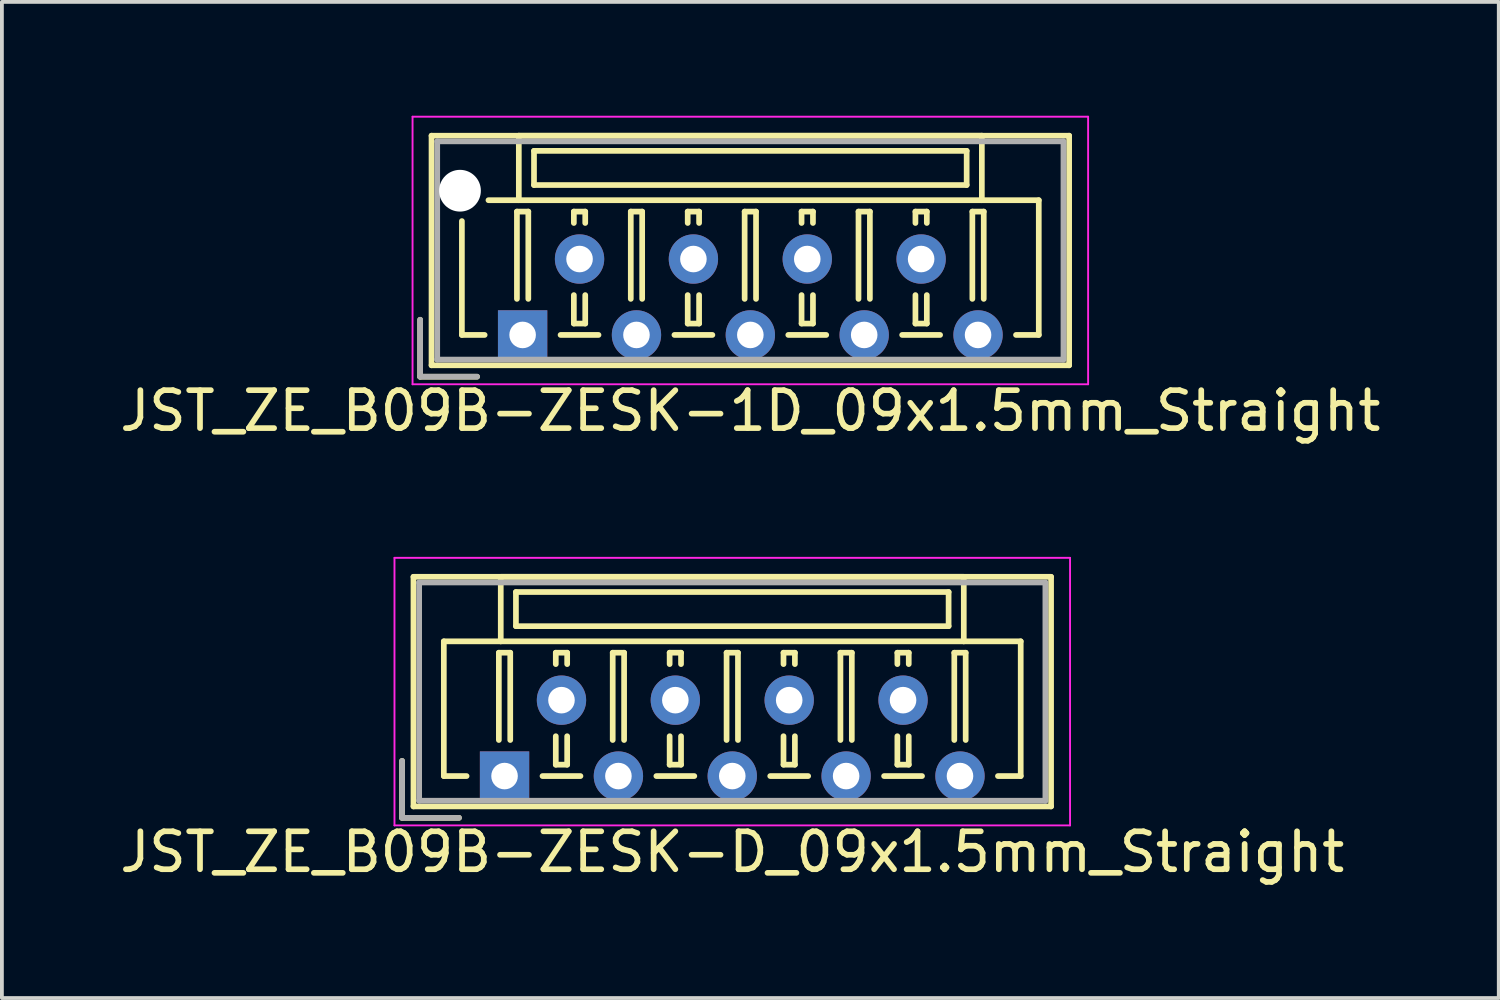
<source format=kicad_pcb>
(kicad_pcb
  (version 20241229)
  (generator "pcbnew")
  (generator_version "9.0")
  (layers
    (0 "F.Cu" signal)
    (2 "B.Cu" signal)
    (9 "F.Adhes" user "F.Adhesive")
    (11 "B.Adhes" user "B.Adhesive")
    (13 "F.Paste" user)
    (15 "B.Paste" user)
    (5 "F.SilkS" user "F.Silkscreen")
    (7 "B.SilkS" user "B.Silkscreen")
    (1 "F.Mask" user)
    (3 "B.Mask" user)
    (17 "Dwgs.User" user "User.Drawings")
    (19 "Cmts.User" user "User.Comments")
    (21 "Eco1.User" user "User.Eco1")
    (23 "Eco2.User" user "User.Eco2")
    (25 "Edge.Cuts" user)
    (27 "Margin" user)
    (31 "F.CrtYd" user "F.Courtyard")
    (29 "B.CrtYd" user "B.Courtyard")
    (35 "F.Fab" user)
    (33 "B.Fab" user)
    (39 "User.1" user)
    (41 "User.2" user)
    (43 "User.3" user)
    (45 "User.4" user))
  (footprint "JST_ZE_B09B-ZESK-D_09x1.5mm_Straight"
    (layer "F.Cu")
    (at 10.244 17.398)
    (property "Reference" "JST_ZE_B09B-ZESK-D_09x1.5mm_Straight" (at 6 2 0) (layer "F.SilkS") (effects (font (size 1 1) (thickness 0.15))))
    (attr through_hole)
    (fp_line (start -2.7 -0.4) (end -2.7 1.1) (stroke (width 0.15) (type solid)) (layer "F.SilkS"))
    (fp_line (start -2.7 1.1) (end -1.2 1.1) (stroke (width 0.15) (type solid)) (layer "F.SilkS"))
    (fp_line (start -2.4 -5.25) (end -2.4 0.8) (stroke (width 0.15) (type solid)) (layer "F.SilkS"))
    (fp_line (start -2.4 0.8) (end 14.4 0.8) (stroke (width 0.15) (type solid)) (layer "F.SilkS"))
    (fp_line (start -1.6 -3.55) (end -1.6 0) (stroke (width 0.15) (type solid)) (layer "F.SilkS"))
    (fp_line (start -1.6 0) (end -1 0) (stroke (width 0.15) (type solid)) (layer "F.SilkS"))
    (fp_line (start -0.15 -3.25) (end 0.15 -3.25) (stroke (width 0.15) (type solid)) (layer "F.SilkS"))
    (fp_line (start -0.15 -0.95) (end -0.15 -3.25) (stroke (width 0.15) (type solid)) (layer "F.SilkS"))
    (fp_line (start -0.1 -5.25) (end -0.1 -3.55) (stroke (width 0.15) (type solid)) (layer "F.SilkS"))
    (fp_line (start -0.1 -3.55) (end -1.6 -3.55) (stroke (width 0.15) (type solid)) (layer "F.SilkS"))
    (fp_line (start -0.1 -3.55) (end 12.1 -3.55) (stroke (width 0.15) (type solid)) (layer "F.SilkS"))
    (fp_line (start 0.15 -3.25) (end 0.15 -0.95) (stroke (width 0.15) (type solid)) (layer "F.SilkS"))
    (fp_line (start 0.3 -4.85) (end 0.3 -3.95) (stroke (width 0.15) (type solid)) (layer "F.SilkS"))
    (fp_line (start 0.3 -3.95) (end 11.7 -3.95) (stroke (width 0.15) (type solid)) (layer "F.SilkS"))
    (fp_line (start 1 0) (end 2 0) (stroke (width 0.15) (type solid)) (layer "F.SilkS"))
    (fp_line (start 1.35 -3.25) (end 1.65 -3.25) (stroke (width 0.15) (type solid)) (layer "F.SilkS"))
    (fp_line (start 1.35 -2.95) (end 1.35 -3.25) (stroke (width 0.15) (type solid)) (layer "F.SilkS"))
    (fp_line (start 1.35 -1.05) (end 1.35 -0.3) (stroke (width 0.15) (type solid)) (layer "F.SilkS"))
    (fp_line (start 1.35 -0.3) (end 1.65 -0.3) (stroke (width 0.15) (type solid)) (layer "F.SilkS"))
    (fp_line (start 1.65 -3.25) (end 1.65 -2.95) (stroke (width 0.15) (type solid)) (layer "F.SilkS"))
    (fp_line (start 1.65 -0.3) (end 1.65 -1.05) (stroke (width 0.15) (type solid)) (layer "F.SilkS"))
    (fp_line (start 2.85 -3.25) (end 3.15 -3.25) (stroke (width 0.15) (type solid)) (layer "F.SilkS"))
    (fp_line (start 2.85 -0.95) (end 2.85 -3.25) (stroke (width 0.15) (type solid)) (layer "F.SilkS"))
    (fp_line (start 3.15 -3.25) (end 3.15 -0.95) (stroke (width 0.15) (type solid)) (layer "F.SilkS"))
    (fp_line (start 4 0) (end 5 0) (stroke (width 0.15) (type solid)) (layer "F.SilkS"))
    (fp_line (start 4.35 -3.25) (end 4.65 -3.25) (stroke (width 0.15) (type solid)) (layer "F.SilkS"))
    (fp_line (start 4.35 -2.95) (end 4.35 -3.25) (stroke (width 0.15) (type solid)) (layer "F.SilkS"))
    (fp_line (start 4.35 -1.05) (end 4.35 -0.3) (stroke (width 0.15) (type solid)) (layer "F.SilkS"))
    (fp_line (start 4.35 -0.3) (end 4.65 -0.3) (stroke (width 0.15) (type solid)) (layer "F.SilkS"))
    (fp_line (start 4.65 -3.25) (end 4.65 -2.95) (stroke (width 0.15) (type solid)) (layer "F.SilkS"))
    (fp_line (start 4.65 -0.3) (end 4.65 -1.05) (stroke (width 0.15) (type solid)) (layer "F.SilkS"))
    (fp_line (start 5.85 -3.25) (end 6.15 -3.25) (stroke (width 0.15) (type solid)) (layer "F.SilkS"))
    (fp_line (start 5.85 -0.95) (end 5.85 -3.25) (stroke (width 0.15) (type solid)) (layer "F.SilkS"))
    (fp_line (start 6.15 -3.25) (end 6.15 -0.95) (stroke (width 0.15) (type solid)) (layer "F.SilkS"))
    (fp_line (start 7 0) (end 8 0) (stroke (width 0.15) (type solid)) (layer "F.SilkS"))
    (fp_line (start 7.35 -3.25) (end 7.65 -3.25) (stroke (width 0.15) (type solid)) (layer "F.SilkS"))
    (fp_line (start 7.35 -2.95) (end 7.35 -3.25) (stroke (width 0.15) (type solid)) (layer "F.SilkS"))
    (fp_line (start 7.35 -1.05) (end 7.35 -0.3) (stroke (width 0.15) (type solid)) (layer "F.SilkS"))
    (fp_line (start 7.35 -0.3) (end 7.65 -0.3) (stroke (width 0.15) (type solid)) (layer "F.SilkS"))
    (fp_line (start 7.65 -3.25) (end 7.65 -2.95) (stroke (width 0.15) (type solid)) (layer "F.SilkS"))
    (fp_line (start 7.65 -0.3) (end 7.65 -1.05) (stroke (width 0.15) (type solid)) (layer "F.SilkS"))
    (fp_line (start 8.85 -3.25) (end 9.15 -3.25) (stroke (width 0.15) (type solid)) (layer "F.SilkS"))
    (fp_line (start 8.85 -0.95) (end 8.85 -3.25) (stroke (width 0.15) (type solid)) (layer "F.SilkS"))
    (fp_line (start 9.15 -3.25) (end 9.15 -0.95) (stroke (width 0.15) (type solid)) (layer "F.SilkS"))
    (fp_line (start 10 0) (end 11 0) (stroke (width 0.15) (type solid)) (layer "F.SilkS"))
    (fp_line (start 10.35 -3.25) (end 10.65 -3.25) (stroke (width 0.15) (type solid)) (layer "F.SilkS"))
    (fp_line (start 10.35 -2.95) (end 10.35 -3.25) (stroke (width 0.15) (type solid)) (layer "F.SilkS"))
    (fp_line (start 10.35 -1.05) (end 10.35 -0.3) (stroke (width 0.15) (type solid)) (layer "F.SilkS"))
    (fp_line (start 10.35 -0.3) (end 10.65 -0.3) (stroke (width 0.15) (type solid)) (layer "F.SilkS"))
    (fp_line (start 10.65 -3.25) (end 10.65 -2.95) (stroke (width 0.15) (type solid)) (layer "F.SilkS"))
    (fp_line (start 10.65 -0.3) (end 10.65 -1.05) (stroke (width 0.15) (type solid)) (layer "F.SilkS"))
    (fp_line (start 11.7 -4.85) (end 0.3 -4.85) (stroke (width 0.15) (type solid)) (layer "F.SilkS"))
    (fp_line (start 11.7 -3.95) (end 11.7 -4.85) (stroke (width 0.15) (type solid)) (layer "F.SilkS"))
    (fp_line (start 11.85 -3.25) (end 12.15 -3.25) (stroke (width 0.15) (type solid)) (layer "F.SilkS"))
    (fp_line (start 11.85 -0.95) (end 11.85 -3.25) (stroke (width 0.15) (type solid)) (layer "F.SilkS"))
    (fp_line (start 12.1 -5.25) (end -0.1 -5.25) (stroke (width 0.15) (type solid)) (layer "F.SilkS"))
    (fp_line (start 12.1 -3.55) (end 12.1 -5.25) (stroke (width 0.15) (type solid)) (layer "F.SilkS"))
    (fp_line (start 12.1 -3.55) (end 13.6 -3.55) (stroke (width 0.15) (type solid)) (layer "F.SilkS"))
    (fp_line (start 12.15 -3.25) (end 12.15 -0.95) (stroke (width 0.15) (type solid)) (layer "F.SilkS"))
    (fp_line (start 13.6 -3.55) (end 13.6 0) (stroke (width 0.15) (type solid)) (layer "F.SilkS"))
    (fp_line (start 13.6 0) (end 13 0) (stroke (width 0.15) (type solid)) (layer "F.SilkS"))
    (fp_line (start 14.4 -5.25) (end -2.4 -5.25) (stroke (width 0.15) (type solid)) (layer "F.SilkS"))
    (fp_line (start 14.4 0.8) (end 14.4 -5.25) (stroke (width 0.15) (type solid)) (layer "F.SilkS"))
    (fp_line (start -2.9 -5.75) (end -2.9 1.3) (stroke (width 0.05) (type solid)) (layer "F.CrtYd"))
    (fp_line (start -2.9 1.3) (end 14.9 1.3) (stroke (width 0.05) (type solid)) (layer "F.CrtYd"))
    (fp_line (start 14.9 -5.75) (end -2.9 -5.75) (stroke (width 0.05) (type solid)) (layer "F.CrtYd"))
    (fp_line (start 14.9 1.3) (end 14.9 -5.75) (stroke (width 0.05) (type solid)) (layer "F.CrtYd"))
    (fp_line (start -2.7 -0.4) (end -2.7 1.1) (stroke (width 0.15) (type solid)) (layer "F.Fab"))
    (fp_line (start -2.7 1.1) (end -1.2 1.1) (stroke (width 0.15) (type solid)) (layer "F.Fab"))
    (fp_line (start -2.25 -5.1) (end -2.25 0.65) (stroke (width 0.15) (type solid)) (layer "F.Fab"))
    (fp_line (start -2.25 0.65) (end 14.25 0.65) (stroke (width 0.15) (type solid)) (layer "F.Fab"))
    (fp_line (start 14.25 -5.1) (end -2.25 -5.1) (stroke (width 0.15) (type solid)) (layer "F.Fab"))
    (fp_line (start 14.25 0.65) (end 14.25 -5.1) (stroke (width 0.15) (type solid)) (layer "F.Fab"))
    (pad "1" thru_hole rect (at 0 0) (size 1.3 1.3) (drill 0.7) (layers "*.Cu" "*.Mask"))
    (pad "2" thru_hole circle (at 1.5 -2) (size 1.3 1.3) (drill 0.7) (layers "*.Cu" "*.Mask"))
    (pad "3" thru_hole circle (at 3 0) (size 1.3 1.3) (drill 0.7) (layers "*.Cu" "*.Mask"))
    (pad "4" thru_hole circle (at 4.5 -2) (size 1.3 1.3) (drill 0.7) (layers "*.Cu" "*.Mask"))
    (pad "5" thru_hole circle (at 6 0) (size 1.3 1.3) (drill 0.7) (layers "*.Cu" "*.Mask"))
    (pad "6" thru_hole circle (at 7.5 -2) (size 1.3 1.3) (drill 0.7) (layers "*.Cu" "*.Mask"))
    (pad "7" thru_hole circle (at 9 0) (size 1.3 1.3) (drill 0.7) (layers "*.Cu" "*.Mask"))
    (pad "8" thru_hole circle (at 10.5 -2) (size 1.3 1.3) (drill 0.7) (layers "*.Cu" "*.Mask"))
    (pad "9" thru_hole circle (at 12 0) (size 1.3 1.3) (drill 0.7) (layers "*.Cu" "*.Mask")))
  (footprint "JST_ZE_B09B-ZESK-1D_09x1.5mm_Straight"
    (layer "F.Cu")
    (at 10.72 5.775)
    (property "Reference" "JST_ZE_B09B-ZESK-1D_09x1.5mm_Straight" (at 6 2 0) (layer "F.SilkS") (effects (font (size 1 1) (thickness 0.15))))
    (attr through_hole)
    (fp_line (start -2.7 -0.4) (end -2.7 1.1) (stroke (width 0.15) (type solid)) (layer "F.SilkS"))
    (fp_line (start -2.7 1.1) (end -1.2 1.1) (stroke (width 0.15) (type solid)) (layer "F.SilkS"))
    (fp_line (start -2.4 -5.25) (end -2.4 0.8) (stroke (width 0.15) (type solid)) (layer "F.SilkS"))
    (fp_line (start -2.4 0.8) (end 14.4 0.8) (stroke (width 0.15) (type solid)) (layer "F.SilkS"))
    (fp_line (start -1.6 -3) (end -1.6 0) (stroke (width 0.15) (type solid)) (layer "F.SilkS"))
    (fp_line (start -1.6 0) (end -1 0) (stroke (width 0.15) (type solid)) (layer "F.SilkS"))
    (fp_line (start -0.15 -3.25) (end 0.15 -3.25) (stroke (width 0.15) (type solid)) (layer "F.SilkS"))
    (fp_line (start -0.15 -0.95) (end -0.15 -3.25) (stroke (width 0.15) (type solid)) (layer "F.SilkS"))
    (fp_line (start -0.1 -5.25) (end -0.1 -3.55) (stroke (width 0.15) (type solid)) (layer "F.SilkS"))
    (fp_line (start -0.1 -3.55) (end -0.9 -3.55) (stroke (width 0.15) (type solid)) (layer "F.SilkS"))
    (fp_line (start -0.1 -3.55) (end 12.1 -3.55) (stroke (width 0.15) (type solid)) (layer "F.SilkS"))
    (fp_line (start 0.15 -3.25) (end 0.15 -0.95) (stroke (width 0.15) (type solid)) (layer "F.SilkS"))
    (fp_line (start 0.3 -4.85) (end 0.3 -3.95) (stroke (width 0.15) (type solid)) (layer "F.SilkS"))
    (fp_line (start 0.3 -3.95) (end 11.7 -3.95) (stroke (width 0.15) (type solid)) (layer "F.SilkS"))
    (fp_line (start 1 0) (end 2 0) (stroke (width 0.15) (type solid)) (layer "F.SilkS"))
    (fp_line (start 1.35 -3.25) (end 1.65 -3.25) (stroke (width 0.15) (type solid)) (layer "F.SilkS"))
    (fp_line (start 1.35 -2.95) (end 1.35 -3.25) (stroke (width 0.15) (type solid)) (layer "F.SilkS"))
    (fp_line (start 1.35 -1.05) (end 1.35 -0.3) (stroke (width 0.15) (type solid)) (layer "F.SilkS"))
    (fp_line (start 1.35 -0.3) (end 1.65 -0.3) (stroke (width 0.15) (type solid)) (layer "F.SilkS"))
    (fp_line (start 1.65 -3.25) (end 1.65 -2.95) (stroke (width 0.15) (type solid)) (layer "F.SilkS"))
    (fp_line (start 1.65 -0.3) (end 1.65 -1.05) (stroke (width 0.15) (type solid)) (layer "F.SilkS"))
    (fp_line (start 2.85 -3.25) (end 3.15 -3.25) (stroke (width 0.15) (type solid)) (layer "F.SilkS"))
    (fp_line (start 2.85 -0.95) (end 2.85 -3.25) (stroke (width 0.15) (type solid)) (layer "F.SilkS"))
    (fp_line (start 3.15 -3.25) (end 3.15 -0.95) (stroke (width 0.15) (type solid)) (layer "F.SilkS"))
    (fp_line (start 4 0) (end 5 0) (stroke (width 0.15) (type solid)) (layer "F.SilkS"))
    (fp_line (start 4.35 -3.25) (end 4.65 -3.25) (stroke (width 0.15) (type solid)) (layer "F.SilkS"))
    (fp_line (start 4.35 -2.95) (end 4.35 -3.25) (stroke (width 0.15) (type solid)) (layer "F.SilkS"))
    (fp_line (start 4.35 -1.05) (end 4.35 -0.3) (stroke (width 0.15) (type solid)) (layer "F.SilkS"))
    (fp_line (start 4.35 -0.3) (end 4.65 -0.3) (stroke (width 0.15) (type solid)) (layer "F.SilkS"))
    (fp_line (start 4.65 -3.25) (end 4.65 -2.95) (stroke (width 0.15) (type solid)) (layer "F.SilkS"))
    (fp_line (start 4.65 -0.3) (end 4.65 -1.05) (stroke (width 0.15) (type solid)) (layer "F.SilkS"))
    (fp_line (start 5.85 -3.25) (end 6.15 -3.25) (stroke (width 0.15) (type solid)) (layer "F.SilkS"))
    (fp_line (start 5.85 -0.95) (end 5.85 -3.25) (stroke (width 0.15) (type solid)) (layer "F.SilkS"))
    (fp_line (start 6.15 -3.25) (end 6.15 -0.95) (stroke (width 0.15) (type solid)) (layer "F.SilkS"))
    (fp_line (start 7 0) (end 8 0) (stroke (width 0.15) (type solid)) (layer "F.SilkS"))
    (fp_line (start 7.35 -3.25) (end 7.65 -3.25) (stroke (width 0.15) (type solid)) (layer "F.SilkS"))
    (fp_line (start 7.35 -2.95) (end 7.35 -3.25) (stroke (width 0.15) (type solid)) (layer "F.SilkS"))
    (fp_line (start 7.35 -1.05) (end 7.35 -0.3) (stroke (width 0.15) (type solid)) (layer "F.SilkS"))
    (fp_line (start 7.35 -0.3) (end 7.65 -0.3) (stroke (width 0.15) (type solid)) (layer "F.SilkS"))
    (fp_line (start 7.65 -3.25) (end 7.65 -2.95) (stroke (width 0.15) (type solid)) (layer "F.SilkS"))
    (fp_line (start 7.65 -0.3) (end 7.65 -1.05) (stroke (width 0.15) (type solid)) (layer "F.SilkS"))
    (fp_line (start 8.85 -3.25) (end 9.15 -3.25) (stroke (width 0.15) (type solid)) (layer "F.SilkS"))
    (fp_line (start 8.85 -0.95) (end 8.85 -3.25) (stroke (width 0.15) (type solid)) (layer "F.SilkS"))
    (fp_line (start 9.15 -3.25) (end 9.15 -0.95) (stroke (width 0.15) (type solid)) (layer "F.SilkS"))
    (fp_line (start 10 0) (end 11 0) (stroke (width 0.15) (type solid)) (layer "F.SilkS"))
    (fp_line (start 10.35 -3.25) (end 10.65 -3.25) (stroke (width 0.15) (type solid)) (layer "F.SilkS"))
    (fp_line (start 10.35 -2.95) (end 10.35 -3.25) (stroke (width 0.15) (type solid)) (layer "F.SilkS"))
    (fp_line (start 10.35 -1.05) (end 10.35 -0.3) (stroke (width 0.15) (type solid)) (layer "F.SilkS"))
    (fp_line (start 10.35 -0.3) (end 10.65 -0.3) (stroke (width 0.15) (type solid)) (layer "F.SilkS"))
    (fp_line (start 10.65 -3.25) (end 10.65 -2.95) (stroke (width 0.15) (type solid)) (layer "F.SilkS"))
    (fp_line (start 10.65 -0.3) (end 10.65 -1.05) (stroke (width 0.15) (type solid)) (layer "F.SilkS"))
    (fp_line (start 11.7 -4.85) (end 0.3 -4.85) (stroke (width 0.15) (type solid)) (layer "F.SilkS"))
    (fp_line (start 11.7 -3.95) (end 11.7 -4.85) (stroke (width 0.15) (type solid)) (layer "F.SilkS"))
    (fp_line (start 11.85 -3.25) (end 12.15 -3.25) (stroke (width 0.15) (type solid)) (layer "F.SilkS"))
    (fp_line (start 11.85 -0.95) (end 11.85 -3.25) (stroke (width 0.15) (type solid)) (layer "F.SilkS"))
    (fp_line (start 12.1 -5.25) (end -0.1 -5.25) (stroke (width 0.15) (type solid)) (layer "F.SilkS"))
    (fp_line (start 12.1 -3.55) (end 12.1 -5.25) (stroke (width 0.15) (type solid)) (layer "F.SilkS"))
    (fp_line (start 12.1 -3.55) (end 13.6 -3.55) (stroke (width 0.15) (type solid)) (layer "F.SilkS"))
    (fp_line (start 12.15 -3.25) (end 12.15 -0.95) (stroke (width 0.15) (type solid)) (layer "F.SilkS"))
    (fp_line (start 13.6 -3.55) (end 13.6 0) (stroke (width 0.15) (type solid)) (layer "F.SilkS"))
    (fp_line (start 13.6 0) (end 13 0) (stroke (width 0.15) (type solid)) (layer "F.SilkS"))
    (fp_line (start 14.4 -5.25) (end -2.4 -5.25) (stroke (width 0.15) (type solid)) (layer "F.SilkS"))
    (fp_line (start 14.4 0.8) (end 14.4 -5.25) (stroke (width 0.15) (type solid)) (layer "F.SilkS"))
    (fp_line (start -2.9 -5.75) (end -2.9 1.3) (stroke (width 0.05) (type solid)) (layer "F.CrtYd"))
    (fp_line (start -2.9 1.3) (end 14.9 1.3) (stroke (width 0.05) (type solid)) (layer "F.CrtYd"))
    (fp_line (start 14.9 -5.75) (end -2.9 -5.75) (stroke (width 0.05) (type solid)) (layer "F.CrtYd"))
    (fp_line (start 14.9 1.3) (end 14.9 -5.75) (stroke (width 0.05) (type solid)) (layer "F.CrtYd"))
    (fp_line (start -2.7 -0.4) (end -2.7 1.1) (stroke (width 0.15) (type solid)) (layer "F.Fab"))
    (fp_line (start -2.7 1.1) (end -1.2 1.1) (stroke (width 0.15) (type solid)) (layer "F.Fab"))
    (fp_line (start -2.25 -5.1) (end -2.25 0.65) (stroke (width 0.15) (type solid)) (layer "F.Fab"))
    (fp_line (start -2.25 0.65) (end 14.25 0.65) (stroke (width 0.15) (type solid)) (layer "F.Fab"))
    (fp_line (start 14.25 -5.1) (end -2.25 -5.1) (stroke (width 0.15) (type solid)) (layer "F.Fab"))
    (fp_line (start 14.25 0.65) (end 14.25 -5.1) (stroke (width 0.15) (type solid)) (layer "F.Fab"))
    (pad "" np_thru_hole circle (at -1.65 -3.8) (size 1.1 1.1) (drill 1.1) (layers "*.Cu"))
    (pad "1" thru_hole rect (at 0 0) (size 1.3 1.3) (drill 0.7) (layers "*.Cu" "*.Mask"))
    (pad "2" thru_hole circle (at 1.5 -2) (size 1.3 1.3) (drill 0.7) (layers "*.Cu" "*.Mask"))
    (pad "3" thru_hole circle (at 3 0) (size 1.3 1.3) (drill 0.7) (layers "*.Cu" "*.Mask"))
    (pad "4" thru_hole circle (at 4.5 -2) (size 1.3 1.3) (drill 0.7) (layers "*.Cu" "*.Mask"))
    (pad "5" thru_hole circle (at 6 0) (size 1.3 1.3) (drill 0.7) (layers "*.Cu" "*.Mask"))
    (pad "6" thru_hole circle (at 7.5 -2) (size 1.3 1.3) (drill 0.7) (layers "*.Cu" "*.Mask"))
    (pad "7" thru_hole circle (at 9 0) (size 1.3 1.3) (drill 0.7) (layers "*.Cu" "*.Mask"))
    (pad "8" thru_hole circle (at 10.5 -2) (size 1.3 1.3) (drill 0.7) (layers "*.Cu" "*.Mask"))
    (pad "9" thru_hole circle (at 12 0) (size 1.3 1.3) (drill 0.7) (layers "*.Cu" "*.Mask")))
  (gr_rect
    (start -3 -3)
    (end 36.44 23.247)
    (stroke (width 0.1) (type default))
    (fill no)
    (layer "Edge.Cuts")))
</source>
